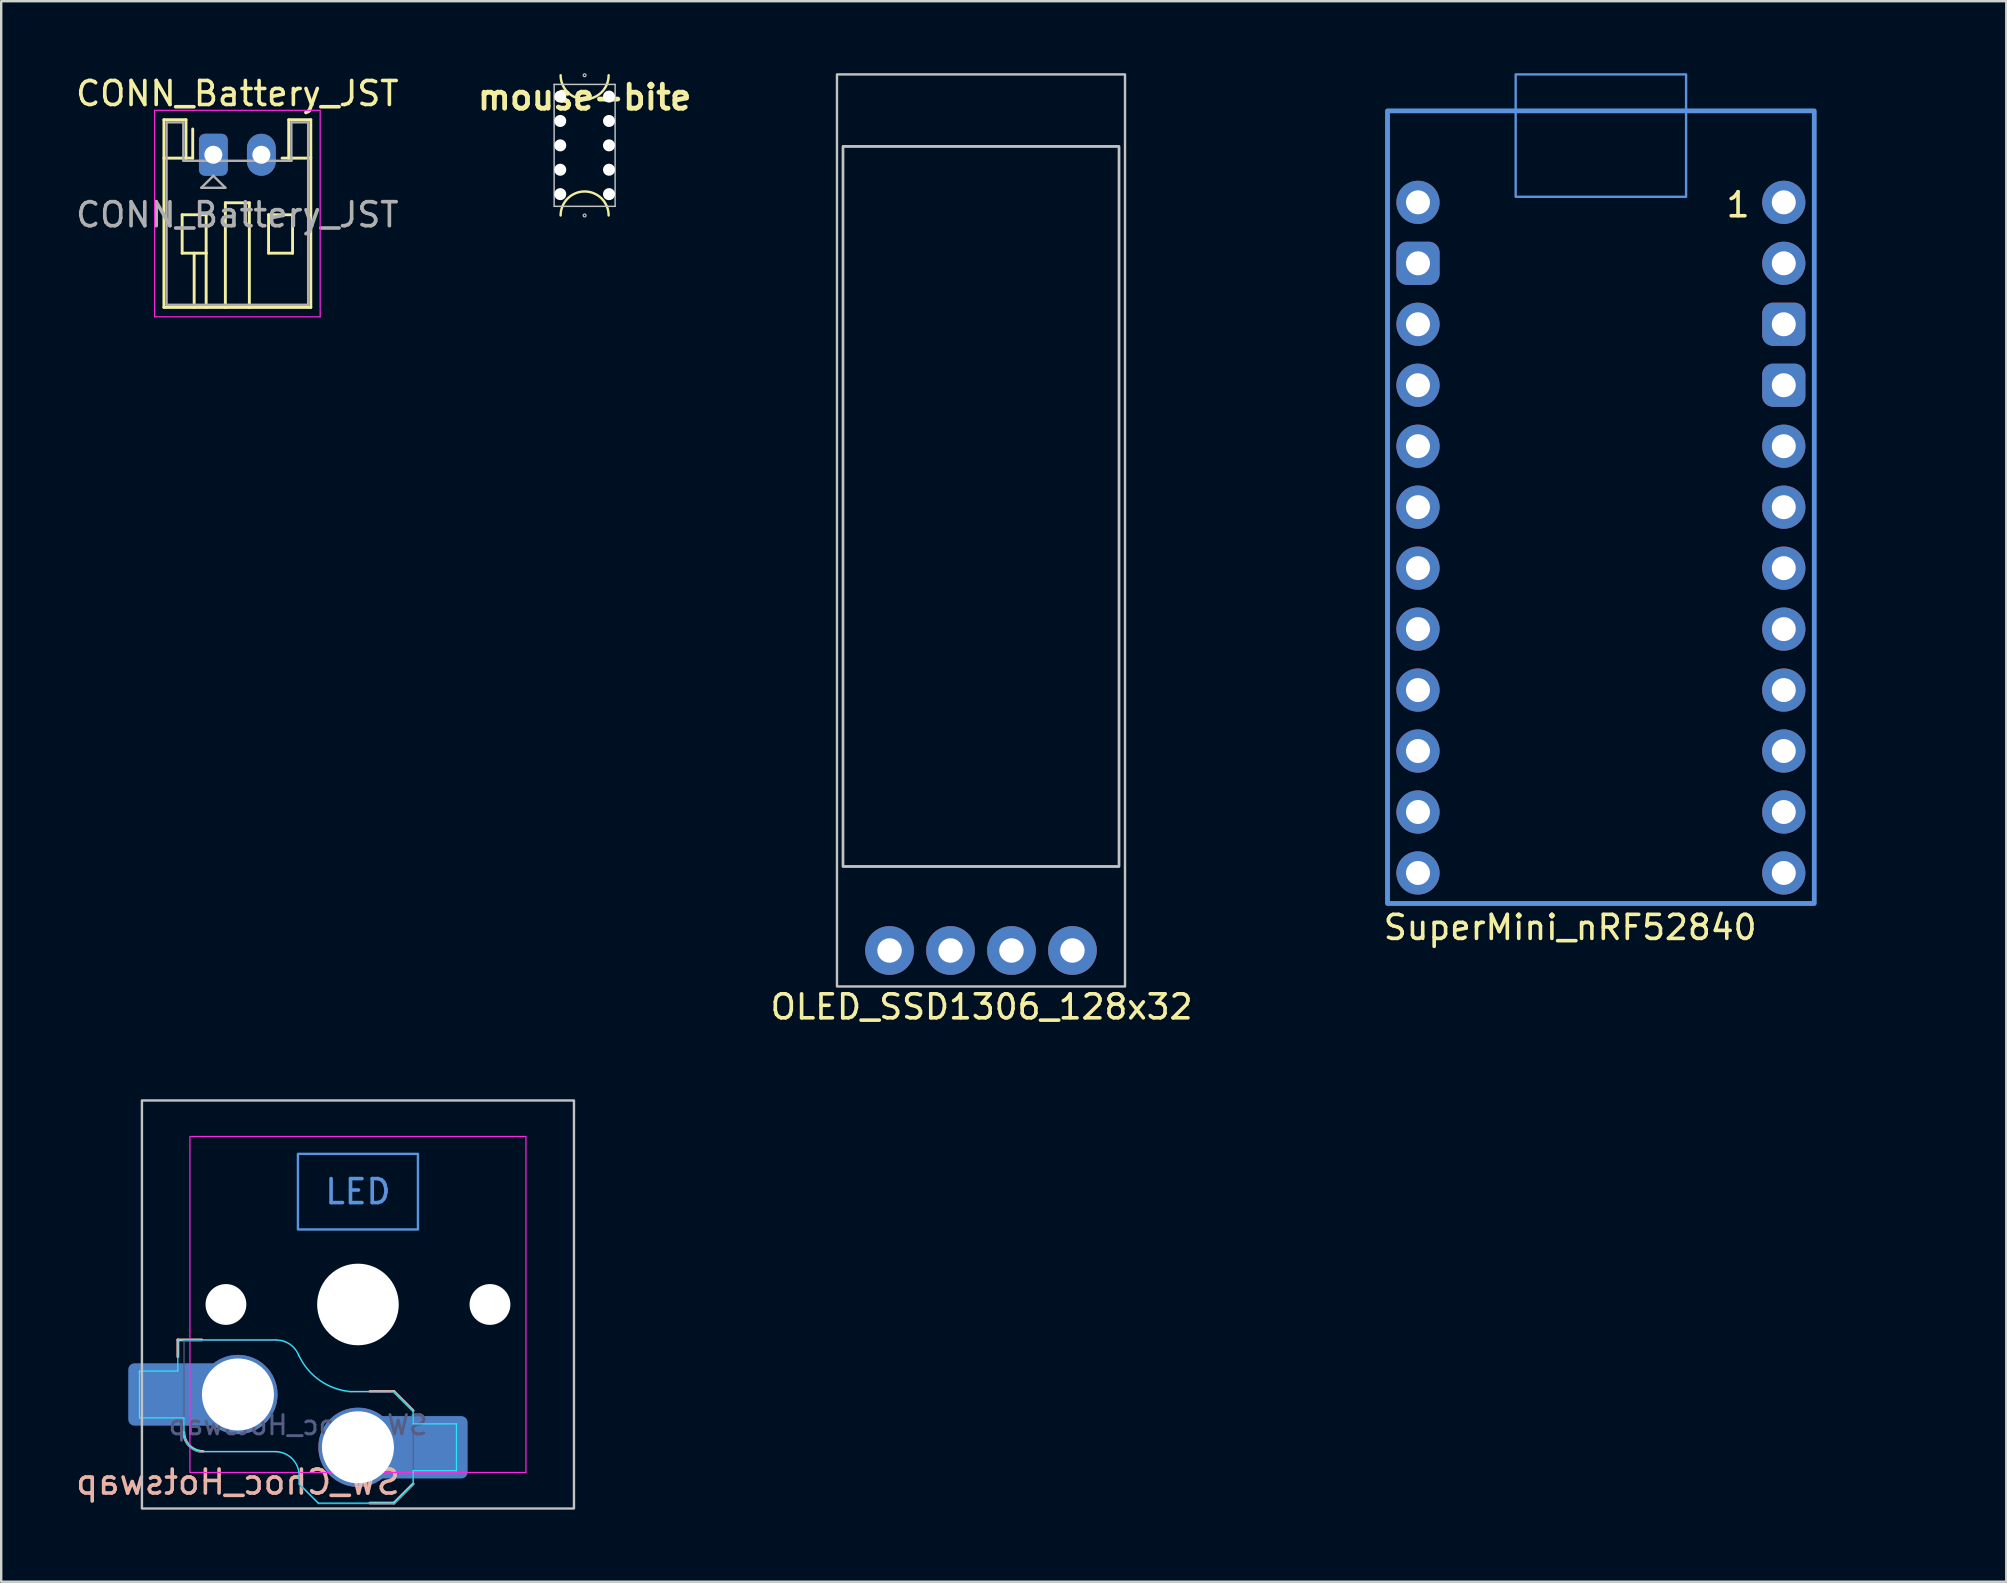
<source format=kicad_pcb>
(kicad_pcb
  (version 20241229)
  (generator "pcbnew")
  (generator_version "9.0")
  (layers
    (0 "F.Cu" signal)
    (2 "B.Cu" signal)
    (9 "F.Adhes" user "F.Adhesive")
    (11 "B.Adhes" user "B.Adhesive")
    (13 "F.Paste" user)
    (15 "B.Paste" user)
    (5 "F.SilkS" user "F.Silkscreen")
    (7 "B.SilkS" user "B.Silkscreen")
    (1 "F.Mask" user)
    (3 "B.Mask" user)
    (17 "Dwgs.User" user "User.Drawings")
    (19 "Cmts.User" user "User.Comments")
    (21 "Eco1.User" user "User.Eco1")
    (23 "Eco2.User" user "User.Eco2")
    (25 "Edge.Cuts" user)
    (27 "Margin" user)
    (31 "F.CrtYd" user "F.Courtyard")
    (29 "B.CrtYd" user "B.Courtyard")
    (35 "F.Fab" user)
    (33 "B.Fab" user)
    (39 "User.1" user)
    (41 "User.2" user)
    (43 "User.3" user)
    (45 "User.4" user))
  (footprint "SuperMini_nRF52840"
    (layer "F.Cu")
    (at 63.647 19.35)
    (property "Reference" "SuperMini_nRF52840" (at -9.14 16.24 0) (layer "F.SilkS") (effects (font (size 1 1) (thickness 0.15)) (justify left)))
    (attr through_hole exclude_from_pos_files exclude_from_bom)
    (fp_rect (start -8.89 -17.78) (end 8.89 15.24) (stroke (width 0.15) (type solid)) (fill no) (layer "F.SilkS"))
    (fp_rect (start -3.55 -19.3) (end 3.55 -14.2) (stroke (width 0.1) (type default)) (fill no) (layer "Cmts.User"))
    (fp_rect (start 8.89 -17.78) (end -8.89 15.24) (stroke (width 0.2) (type solid)) (fill no) (layer "Cmts.User"))
    (fp_text user "1" (at 5.715 -13.283 0) (layer "F.SilkS") (effects (font (size 1 1) (thickness 0.15)) (justify bottom)))
    (pad "1" thru_hole circle (at 7.62 -13.97) (size 1.8 1.8) (drill 1) (layers "*.Cu" "B.Mask"))
    (pad "2" thru_hole circle (at 7.62 -11.43) (size 1.8 1.8) (drill 1) (layers "*.Cu" "B.Mask"))
    (pad "3" thru_hole roundrect (at 7.62 -8.89) (size 1.8 1.8) (drill 1) (layers "*.Cu" "B.Mask") (roundrect_rratio 0.25))
    (pad "4" thru_hole roundrect (at 7.62 -6.35) (size 1.8 1.8) (drill 1) (layers "*.Cu" "B.Mask") (roundrect_rratio 0.25))
    (pad "5" thru_hole circle (at 7.62 -3.81) (size 1.8 1.8) (drill 1) (layers "*.Cu" "B.Mask"))
    (pad "6" thru_hole circle (at 7.62 -1.27) (size 1.8 1.8) (drill 1) (layers "*.Cu" "B.Mask"))
    (pad "7" thru_hole circle (at 7.62 1.27) (size 1.8 1.8) (drill 1) (layers "*.Cu" "B.Mask"))
    (pad "8" thru_hole circle (at 7.62 3.81) (size 1.8 1.8) (drill 1) (layers "*.Cu" "B.Mask"))
    (pad "9" thru_hole circle (at 7.62 6.35) (size 1.8 1.8) (drill 1) (layers "*.Cu" "B.Mask"))
    (pad "10" thru_hole circle (at 7.62 8.89) (size 1.8 1.8) (drill 1) (layers "*.Cu" "B.Mask"))
    (pad "11" thru_hole circle (at 7.62 11.43) (size 1.8 1.8) (drill 1) (layers "*.Cu" "B.Mask"))
    (pad "12" thru_hole circle (at 7.62 13.97) (size 1.8 1.8) (drill 1) (layers "*.Cu" "B.Mask"))
    (pad "13" thru_hole circle (at -7.62 -13.97) (size 1.8 1.8) (drill 1) (layers "*.Cu" "B.Mask"))
    (pad "14" thru_hole roundrect (at -7.62 -11.43) (size 1.8 1.8) (drill 1) (layers "*.Cu" "B.Mask") (roundrect_rratio 0.25))
    (pad "15" thru_hole circle (at -7.62 -8.89) (size 1.8 1.8) (drill 1) (layers "*.Cu" "B.Mask"))
    (pad "16" thru_hole circle (at -7.62 -6.35) (size 1.8 1.8) (drill 1) (layers "*.Cu" "B.Mask"))
    (pad "17" thru_hole circle (at -7.62 -3.81) (size 1.8 1.8) (drill 1) (layers "*.Cu" "B.Mask"))
    (pad "18" thru_hole circle (at -7.62 -1.27) (size 1.8 1.8) (drill 1) (layers "*.Cu" "B.Mask"))
    (pad "19" thru_hole circle (at -7.62 1.27) (size 1.8 1.8) (drill 1) (layers "*.Cu" "B.Mask"))
    (pad "20" thru_hole circle (at -7.62 3.81) (size 1.8 1.8) (drill 1) (layers "*.Cu" "B.Mask"))
    (pad "21" thru_hole circle (at -7.62 6.35) (size 1.8 1.8) (drill 1) (layers "*.Cu" "B.Mask"))
    (pad "22" thru_hole circle (at -7.62 8.89) (size 1.8 1.8) (drill 1) (layers "*.Cu" "B.Mask"))
    (pad "23" thru_hole circle (at -7.62 11.43) (size 1.8 1.8) (drill 1) (layers "*.Cu" "B.Mask"))
    (pad "24" thru_hole circle (at -7.62 13.97) (size 1.8 1.8) (drill 1) (layers "*.Cu" "B.Mask"))
    (zone (net_name "") (layers "F.Cu" "B.Cu") (name "ANT") (hatch edge 0.5) (connect_pads) (min_thickness 0.25) (filled_areas_thickness no) (keepout (tracks allowed) (vias allowed) (pads allowed) (copperpour not_allowed) (footprints allowed)) (placement (enabled no)) (fill) (polygon (pts (xy 49.757 29.51) (xy 77.537 29.51) (xy 77.537 39.59) (xy 49.757 39.59)))))
  (footprint "CONN_Battery_JST"
    (layer "F.Cu")
    (at 5.839 3.398)
    (property "Reference" "CONN_Battery_JST" (at 1 -2.55 0) (layer "F.SilkS") (effects (font (size 1 1) (thickness 0.15))))
    (attr through_hole)
    (fp_line (start -2.06 -1.46) (end -2.06 6.36) (stroke (width 0.12) (type solid)) (layer "F.SilkS"))
    (fp_line (start -2.06 0.14) (end -1.14 0.14) (stroke (width 0.12) (type solid)) (layer "F.SilkS"))
    (fp_line (start -2.06 6.36) (end 4.06 6.36) (stroke (width 0.12) (type solid)) (layer "F.SilkS"))
    (fp_line (start -1.3 2.5) (end -1.3 4.1) (stroke (width 0.12) (type solid)) (layer "F.SilkS"))
    (fp_line (start -1.3 4.1) (end -0.3 4.1) (stroke (width 0.12) (type solid)) (layer "F.SilkS"))
    (fp_line (start -1.14 -1.46) (end -2.06 -1.46) (stroke (width 0.12) (type solid)) (layer "F.SilkS"))
    (fp_line (start -1.14 0.14) (end -1.14 -1.46) (stroke (width 0.12) (type solid)) (layer "F.SilkS"))
    (fp_line (start -0.86 0.14) (end -1.14 0.14) (stroke (width 0.12) (type solid)) (layer "F.SilkS"))
    (fp_line (start -0.86 0.14) (end -0.86 -1.075) (stroke (width 0.12) (type solid)) (layer "F.SilkS"))
    (fp_line (start -0.8 4.1) (end -0.8 6.36) (stroke (width 0.12) (type solid)) (layer "F.SilkS"))
    (fp_line (start -0.3 2.5) (end -1.3 2.5) (stroke (width 0.12) (type solid)) (layer "F.SilkS"))
    (fp_line (start -0.3 4.1) (end -0.3 2.5) (stroke (width 0.12) (type solid)) (layer "F.SilkS"))
    (fp_line (start -0.3 4.1) (end -0.3 6.36) (stroke (width 0.12) (type solid)) (layer "F.SilkS"))
    (fp_line (start 0.5 2) (end 1.5 2) (stroke (width 0.12) (type solid)) (layer "F.SilkS"))
    (fp_line (start 0.5 6.36) (end 0.5 2) (stroke (width 0.12) (type solid)) (layer "F.SilkS"))
    (fp_line (start 1.5 2) (end 1.5 6.36) (stroke (width 0.12) (type solid)) (layer "F.SilkS"))
    (fp_line (start 2.3 2.5) (end 3.3 2.5) (stroke (width 0.12) (type solid)) (layer "F.SilkS"))
    (fp_line (start 2.3 4.1) (end 2.3 2.5) (stroke (width 0.12) (type solid)) (layer "F.SilkS"))
    (fp_line (start 3.14 -1.46) (end 3.14 0.14) (stroke (width 0.12) (type solid)) (layer "F.SilkS"))
    (fp_line (start 3.14 0.14) (end 2.86 0.14) (stroke (width 0.12) (type solid)) (layer "F.SilkS"))
    (fp_line (start 3.3 2.5) (end 3.3 4.1) (stroke (width 0.12) (type solid)) (layer "F.SilkS"))
    (fp_line (start 3.3 4.1) (end 2.3 4.1) (stroke (width 0.12) (type solid)) (layer "F.SilkS"))
    (fp_line (start 4.06 -1.46) (end 3.14 -1.46) (stroke (width 0.12) (type solid)) (layer "F.SilkS"))
    (fp_line (start 4.06 0.14) (end 3.14 0.14) (stroke (width 0.12) (type solid)) (layer "F.SilkS"))
    (fp_line (start 4.06 6.36) (end 4.06 -1.46) (stroke (width 0.12) (type solid)) (layer "F.SilkS"))
    (fp_line (start -2.45 -1.85) (end -2.45 6.75) (stroke (width 0.05) (type solid)) (layer "F.CrtYd"))
    (fp_line (start -2.45 6.75) (end 4.45 6.75) (stroke (width 0.05) (type solid)) (layer "F.CrtYd"))
    (fp_line (start 4.45 -1.85) (end -2.45 -1.85) (stroke (width 0.05) (type solid)) (layer "F.CrtYd"))
    (fp_line (start 4.45 6.75) (end 4.45 -1.85) (stroke (width 0.05) (type solid)) (layer "F.CrtYd"))
    (fp_line (start -1.95 -1.35) (end -1.95 6.25) (stroke (width 0.1) (type solid)) (layer "F.Fab"))
    (fp_line (start -1.95 6.25) (end 3.95 6.25) (stroke (width 0.1) (type solid)) (layer "F.Fab"))
    (fp_line (start -1.25 -1.35) (end -1.95 -1.35) (stroke (width 0.1) (type solid)) (layer "F.Fab"))
    (fp_line (start -1.25 0.25) (end -1.25 -1.35) (stroke (width 0.1) (type solid)) (layer "F.Fab"))
    (fp_line (start -0.5 1.375) (end 0.5 1.375) (stroke (width 0.1) (type solid)) (layer "F.Fab"))
    (fp_line (start 0 0.875) (end -0.5 1.375) (stroke (width 0.1) (type solid)) (layer "F.Fab"))
    (fp_line (start 0.5 1.375) (end 0 0.875) (stroke (width 0.1) (type solid)) (layer "F.Fab"))
    (fp_line (start 3.25 -1.35) (end 3.25 0.25) (stroke (width 0.1) (type solid)) (layer "F.Fab"))
    (fp_line (start 3.25 0.25) (end -1.25 0.25) (stroke (width 0.1) (type solid)) (layer "F.Fab"))
    (fp_line (start 3.95 -1.35) (end 3.25 -1.35) (stroke (width 0.1) (type solid)) (layer "F.Fab"))
    (fp_line (start 3.95 6.25) (end 3.95 -1.35) (stroke (width 0.1) (type solid)) (layer "F.Fab"))
    (fp_text user "${REFERENCE}" (at 1 2.5 0) (layer "F.Fab") (effects (font (size 1 1) (thickness 0.15))))
    (pad "1" thru_hole oval (at 2 0) (size 1.2 1.75) (drill 0.75) (layers "*.Cu" "*.Mask"))
    (pad "2" thru_hole roundrect (at 0 0) (size 1.2 1.75) (drill 0.75) (layers "*.Cu" "*.Mask") (roundrect_rratio 0.208)))
  (footprint "OLED_SSD1306_128x32"
    (layer "F.Cu")
    (at 37.821 38.05)
    (property "Reference" "OLED_SSD1306_128x32" (at 0.025 0.85 0) (layer "F.SilkS") (effects (font (size 1 1) (thickness 0.15))))
    (attr through_hole)
    (fp_rect (start -6 -38) (end 6 0) (stroke (width 0.1) (type default)) (fill no) (layer "Dwgs.User"))
    (fp_rect (start -5.75 -35) (end 5.75 -5) (stroke (width 0.1) (type default)) (fill no) (layer "Dwgs.User"))
    (fp_rect (start -5.75 -35) (end 5.75 -5) (stroke (width 0.1) (type default)) (fill no) (layer "Dwgs.User"))
    (pad "1" thru_hole circle (at -3.81 -1.5 90) (size 2.03 2.03) (drill 1.02) (layers "*.Cu" "*.Mask"))
    (pad "2" thru_hole circle (at -1.27 -1.5 90) (size 2.03 2.03) (drill 1.02) (layers "*.Cu" "*.Mask"))
    (pad "3" thru_hole circle (at 1.27 -1.5 90) (size 2.03 2.03) (drill 1.02) (layers "*.Cu" "*.Mask"))
    (pad "4" thru_hole circle (at 3.81 -1.5 90) (size 2.03 2.03) (drill 1.02) (layers "*.Cu" "*.Mask")))
  (footprint "mouse-bite"
    (layer "F.Cu")
    (at 21.307 3.006)
    (property "Reference" "mouse-bite" (at 0 -2 0) (layer "F.SilkS") (effects (font (size 1 1) (thickness 0.2))))
    (attr exclude_from_pos_files exclude_from_bom)
    (fp_arc (start -1 2.921) (mid 0 1.921) (end 1 2.921) (stroke (width 0.1) (type solid)) (layer "F.SilkS"))
    (fp_arc (start 1 -2.921) (mid 0 -1.921) (end -1 -2.921) (stroke (width 0.1) (type solid)) (layer "F.SilkS"))
    (fp_line (start -1.27 -2.54) (end 1.27 -2.54) (stroke (width 0.06) (type solid)) (layer "Dwgs.User"))
    (fp_line (start -1.27 2.54) (end -1.27 -2.54) (stroke (width 0.06) (type solid)) (layer "Dwgs.User"))
    (fp_line (start -1.27 2.54) (end 1.27 2.54) (stroke (width 0.06) (type solid)) (layer "Dwgs.User"))
    (fp_line (start 1.27 -2.54) (end 1.27 2.54) (stroke (width 0.06) (type solid)) (layer "Dwgs.User"))
    (fp_circle (center 0 -2.921) (end 0.06 -2.921) (stroke (width 0.05) (type solid)) (fill no) (layer "Dwgs.User"))
    (fp_circle (center 0 2.921) (end 0.06 2.921) (stroke (width 0.05) (type solid)) (fill no) (layer "Dwgs.User"))
    (pad "" np_thru_hole circle (at -1.016 -2.032) (size 0.5 0.5) (drill 0.5) (layers "*.Cu" "*.Mask"))
    (pad "" np_thru_hole circle (at -1.016 -1.016) (size 0.5 0.5) (drill 0.5) (layers "*.Cu" "*.Mask"))
    (pad "" np_thru_hole circle (at -1.016 0) (size 0.5 0.5) (drill 0.5) (layers "*.Cu" "*.Mask"))
    (pad "" np_thru_hole circle (at -1.016 1.016) (size 0.5 0.5) (drill 0.5) (layers "*.Cu" "*.Mask"))
    (pad "" np_thru_hole circle (at -1.016 2.032) (size 0.5 0.5) (drill 0.5) (layers "*.Cu" "*.Mask"))
    (pad "" np_thru_hole circle (at 1.016 -2.032) (size 0.5 0.5) (drill 0.5) (layers "*.Cu" "*.Mask"))
    (pad "" np_thru_hole circle (at 1.016 -1.016) (size 0.5 0.5) (drill 0.5) (layers "*.Cu" "*.Mask"))
    (pad "" np_thru_hole circle (at 1.016 0) (size 0.5 0.5) (drill 0.5) (layers "*.Cu" "*.Mask"))
    (pad "" np_thru_hole circle (at 1.016 1.016) (size 0.5 0.5) (drill 0.5) (layers "*.Cu" "*.Mask"))
    (pad "" np_thru_hole circle (at 1.016 2.032) (size 0.5 0.5) (drill 0.5) (layers "*.Cu" "*.Mask")))
  (footprint "SW_Choc_Hotswap"
    (layer "F.Cu")
    (at 11.863 51.298)
    (property "Reference" "SW_Choc_Hotswap" (at -5 7.4 180) (layer "B.SilkS") (effects (font (size 1 1) (thickness 0.15)) (justify mirror)))
    (attr smd)
    (fp_line (start -7.504 1.475) (end -7.504 2.175) (stroke (width 0.12) (type solid)) (layer "B.SilkS"))
    (fp_line (start -7.504 1.475) (end -6.504 1.475) (stroke (width 0.12) (type solid)) (layer "B.SilkS"))
    (fp_line (start 1.5 3.625) (end 0.5 3.625) (stroke (width 0.12) (type solid)) (layer "B.SilkS"))
    (fp_line (start 1.5 3.625) (end 2.3 4.425) (stroke (width 0.12) (type solid)) (layer "B.SilkS"))
    (fp_line (start 1.5 8.275) (end 0.5 8.275) (stroke (width 0.12) (type solid)) (layer "B.SilkS"))
    (fp_line (start 2.3 7.475) (end 1.5 8.275) (stroke (width 0.12) (type solid)) (layer "B.SilkS"))
    (fp_arc (start -6.45 6.125) (mid -7.015685 5.890685) (end -7.25 5.325) (stroke (width 0.12) (type solid)) (layer "B.SilkS"))
    (fp_rect (start -9 -8.5) (end 9 8.5) (stroke (width 0.1) (type default)) (fill no) (layer "Dwgs.User"))
    (fp_rect (start -2.5 -6.275) (end 2.5 -3.125) (stroke (width 0.1) (type default)) (fill no) (layer "Cmts.User"))
    (fp_line (start -9.104 2.775) (end -7.504 2.775) (stroke (width 0.05) (type solid)) (layer "B.CrtYd"))
    (fp_line (start -9.104 4.725) (end -9.104 2.775) (stroke (width 0.05) (type solid)) (layer "B.CrtYd"))
    (fp_line (start -7.504 1.475) (end -7.504 2.175) (stroke (width 0.05) (type solid)) (layer "B.CrtYd"))
    (fp_line (start -7.504 1.475) (end -3.4 1.475) (stroke (width 0.05) (type solid)) (layer "B.CrtYd"))
    (fp_line (start -7.504 2.175) (end -7.504 2.775) (stroke (width 0.05) (type solid)) (layer "B.CrtYd"))
    (fp_line (start -7.25 4.725) (end -9.104 4.725) (stroke (width 0.05) (type solid)) (layer "B.CrtYd"))
    (fp_line (start -7.25 5.325) (end -7.25 4.725) (stroke (width 0.05) (type solid)) (layer "B.CrtYd"))
    (fp_line (start -3.45 6.125) (end -6.45 6.125) (stroke (width 0.05) (type solid)) (layer "B.CrtYd"))
    (fp_line (start -2.45 7.475) (end -2.45 7.125) (stroke (width 0.05) (type solid)) (layer "B.CrtYd"))
    (fp_line (start -2.45 7.475) (end -1.65 8.275) (stroke (width 0.05) (type solid)) (layer "B.CrtYd"))
    (fp_line (start 1.5 3.625) (end -0.3 3.625) (stroke (width 0.05) (type solid)) (layer "B.CrtYd"))
    (fp_line (start 1.5 3.625) (end 2.3 4.425) (stroke (width 0.05) (type solid)) (layer "B.CrtYd"))
    (fp_line (start 1.5 8.275) (end -1.65 8.275) (stroke (width 0.05) (type solid)) (layer "B.CrtYd"))
    (fp_line (start 2.3 4.975) (end 2.3 4.425) (stroke (width 0.05) (type solid)) (layer "B.CrtYd"))
    (fp_line (start 2.3 7.475) (end 1.5 8.275) (stroke (width 0.05) (type solid)) (layer "B.CrtYd"))
    (fp_line (start 2.3 7.475) (end 2.3 6.925) (stroke (width 0.05) (type solid)) (layer "B.CrtYd"))
    (fp_line (start 4.104 4.975) (end 2.3 4.975) (stroke (width 0.05) (type solid)) (layer "B.CrtYd"))
    (fp_line (start 4.104 4.975) (end 4.104 6.925) (stroke (width 0.05) (type solid)) (layer "B.CrtYd"))
    (fp_line (start 4.104 6.925) (end 2.3 6.925) (stroke (width 0.05) (type solid)) (layer "B.CrtYd"))
    (fp_arc (start -6.45 6.125) (mid -7.015685 5.890685) (end -7.25 5.325) (stroke (width 0.05) (type solid)) (layer "B.CrtYd"))
    (fp_arc (start -3.45 6.125) (mid -2.742893 6.417893) (end -2.45 7.125) (stroke (width 0.05) (type solid)) (layer "B.CrtYd"))
    (fp_arc (start -3.4 1.475) (mid -2.826423 1.655848) (end -2.460307 2.13298) (stroke (width 0.05) (type solid)) (layer "B.CrtYd"))
    (fp_arc (start -0.299999 3.624999) (mid -1.577272 3.167235) (end -2.455444 2.13293) (stroke (width 0.05) (type solid)) (layer "B.CrtYd"))
    (fp_rect (start -7 -7) (end 7 7) (stroke (width 0.05) (type default)) (fill no) (layer "F.CrtYd"))
    (fp_line (start -7.246 1.5) (end -3.396 1.5) (stroke (width 0.05) (type solid)) (layer "B.Fab"))
    (fp_line (start -7.246 5.35) (end -7.246 1.5) (stroke (width 0.05) (type solid)) (layer "B.Fab"))
    (fp_line (start -3.446 6.15) (end -6.446 6.15) (stroke (width 0.05) (type solid)) (layer "B.Fab"))
    (fp_line (start -2.446 7.5) (end -2.446 7.15) (stroke (width 0.05) (type solid)) (layer "B.Fab"))
    (fp_line (start -2.446 7.5) (end -1.646 8.3) (stroke (width 0.05) (type solid)) (layer "B.Fab"))
    (fp_line (start 1.504 3.65) (end -0.296 3.65) (stroke (width 0.05) (type solid)) (layer "B.Fab"))
    (fp_line (start 1.504 3.65) (end 2.304 4.45) (stroke (width 0.05) (type solid)) (layer "B.Fab"))
    (fp_line (start 1.504 8.3) (end -1.646 8.3) (stroke (width 0.05) (type solid)) (layer "B.Fab"))
    (fp_line (start 2.304 7.5) (end 1.504 8.3) (stroke (width 0.05) (type solid)) (layer "B.Fab"))
    (fp_line (start 2.304 7.5) (end 2.304 4.45) (stroke (width 0.05) (type solid)) (layer "B.Fab"))
    (fp_arc (start -6.446 6.15) (mid -7.011685 5.915685) (end -7.246 5.35) (stroke (width 0.05) (type solid)) (layer "B.Fab"))
    (fp_arc (start -3.446 6.15) (mid -2.738893 6.442893) (end -2.446 7.15) (stroke (width 0.05) (type solid)) (layer "B.Fab"))
    (fp_arc (start -3.396 1.5) (mid -2.822423 1.680848) (end -2.456307 2.15798) (stroke (width 0.05) (type solid)) (layer "B.Fab"))
    (fp_arc (start -0.295999 3.649999) (mid -1.573272 3.192235) (end -2.451444 2.15793) (stroke (width 0.05) (type solid)) (layer "B.Fab"))
    (fp_text user "LED" (at 0 -4.7 0) (unlocked yes) (layer "Cmts.User") (effects (font (size 1 1) (thickness 0.15))))
    (fp_text user "${REFERENCE}" (at -2.496 5.025 0) (layer "B.Fab") (effects (font (size 0.8 0.8) (thickness 0.12)) (justify mirror)))
    (pad "" np_thru_hole circle (at -5.5 0 180) (size 1.7 1.7) (drill 1.7) (layers "*.Cu" "*.Mask"))
    (pad "" np_thru_hole circle (at 0 0 180) (size 3.4 3.4) (drill 3.4) (layers "*.Cu" "*.Mask"))
    (pad "" np_thru_hole circle (at 5.5 0 180) (size 1.7 1.7) (drill 1.7) (layers "*.Cu" "*.Mask"))
    (pad "1" smd roundrect (at -8.245 3.75) (size 2.65 2.6) (layers "B.Cu" "B.Mask" "B.Paste") (roundrect_rratio 0.1))
    (pad "1" smd rect (at -6.55 3.75) (size 1.2 2.6) (layers "B.Cu"))
    (pad "1" thru_hole circle (at -5 3.75) (size 3.3 3.3) (drill 3) (layers "*.Cu" "B.Mask"))
    (pad "2" thru_hole circle (at 0 5.95) (size 3.3 3.3) (drill 3) (layers "*.Cu" "B.Mask"))
    (pad "2" smd rect (at 1.55 5.95 180) (size 1.2 2.6) (layers "B.Cu"))
    (pad "2" smd roundrect (at 3.245 5.95) (size 2.65 2.6) (layers "B.Cu" "B.Mask" "B.Paste") (roundrect_rratio 0.1)))
  (gr_rect
    (start -3 -3)
    (end 80.537 62.848)
    (stroke (width 0.1) (type default))
    (fill no)
    (layer "Edge.Cuts")))
</source>
